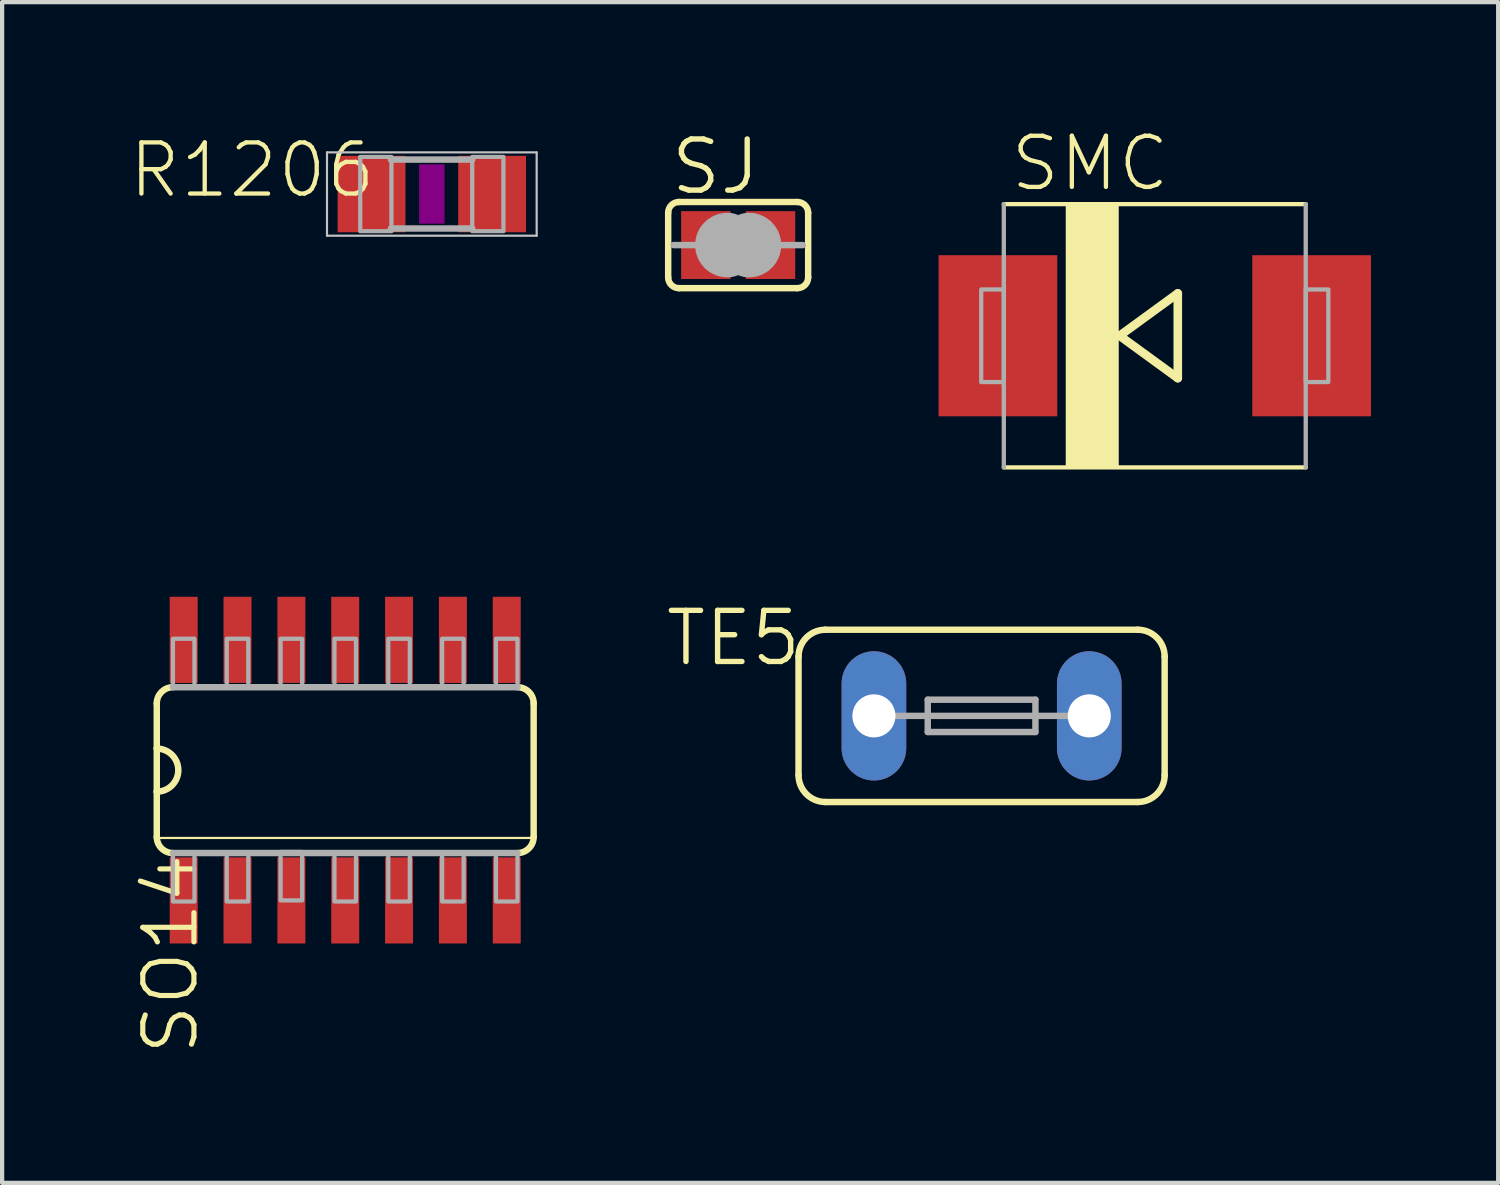
<source format=kicad_pcb>
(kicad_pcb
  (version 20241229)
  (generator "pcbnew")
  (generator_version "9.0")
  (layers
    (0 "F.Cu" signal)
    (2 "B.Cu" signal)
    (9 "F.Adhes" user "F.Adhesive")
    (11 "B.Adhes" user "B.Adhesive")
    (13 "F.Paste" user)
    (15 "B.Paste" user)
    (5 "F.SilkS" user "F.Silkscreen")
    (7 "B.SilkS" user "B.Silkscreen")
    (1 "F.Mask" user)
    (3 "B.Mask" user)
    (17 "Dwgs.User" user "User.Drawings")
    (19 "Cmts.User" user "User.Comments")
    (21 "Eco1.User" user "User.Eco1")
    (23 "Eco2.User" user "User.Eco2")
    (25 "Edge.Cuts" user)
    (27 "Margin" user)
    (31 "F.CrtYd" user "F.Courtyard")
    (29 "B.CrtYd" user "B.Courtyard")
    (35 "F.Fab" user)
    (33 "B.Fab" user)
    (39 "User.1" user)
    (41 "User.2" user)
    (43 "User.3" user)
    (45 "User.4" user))
  (footprint "SJ"
    (layer "F.Cu")
    (at 14.362 2.731)
    (property "Reference" "SJ" (at -1.651 -1.143 0) (layer "F.SilkS") (effects (font (size 1.206 1.206) (thickness 0.127)) (justify left bottom)))
    (attr through_hole)
    (fp_poly (pts (xy -0.076 0.914) (xy 0.076 0.914) (xy 0.076 -0.914) (xy -0.076 -0.914)) (stroke (width 0) (type solid)) (fill yes) (layer "F.Mask"))
    (fp_line (start -1.651 0.762) (end -1.651 -0.762) (stroke (width 0.152) (type solid)) (layer "F.SilkS"))
    (fp_line (start -1.397 -1.016) (end 1.397 -1.016) (stroke (width 0.152) (type solid)) (layer "F.SilkS"))
    (fp_line (start 1.397 1.016) (end -1.397 1.016) (stroke (width 0.152) (type solid)) (layer "F.SilkS"))
    (fp_line (start 1.651 0.762) (end 1.651 -0.762) (stroke (width 0.152) (type solid)) (layer "F.SilkS"))
    (fp_arc (start -1.651 -0.762) (mid -1.576605 -0.941605) (end -1.397 -1.016) (stroke (width 0.1524) (type solid)) (layer "F.SilkS"))
    (fp_arc (start -1.397 1.016) (mid -1.576605 0.941605) (end -1.651 0.762) (stroke (width 0.1524) (type solid)) (layer "F.SilkS"))
    (fp_arc (start 1.397 -1.016) (mid 1.576605 -0.941605) (end 1.651 -0.762) (stroke (width 0.1524) (type solid)) (layer "F.SilkS"))
    (fp_arc (start 1.651 0.762) (mid 1.576605 0.941605) (end 1.397 1.016) (stroke (width 0.1524) (type solid)) (layer "F.SilkS"))
    (fp_line (start -1.016 0) (end -1.524 0) (stroke (width 0.152) (type solid)) (layer "F.Fab"))
    (fp_line (start 1.016 0) (end 1.524 0) (stroke (width 0.152) (type solid)) (layer "F.Fab"))
    (fp_arc (start -0.254 0.127) (mid -0.381 0) (end -0.254 -0.127) (stroke (width 1.27) (type solid)) (layer "F.Fab"))
    (fp_arc (start 0.254 -0.127) (mid 0.381 0) (end 0.254 0.127) (stroke (width 1.27) (type solid)) (layer "F.Fab"))
    (pad "1" smd rect (at -0.762 0) (size 1.168 1.6) (layers "F.Cu" "F.Mask" "F.Paste"))
    (pad "2" smd rect (at 0.762 0) (size 1.168 1.6) (layers "F.Cu" "F.Mask" "F.Paste")))
  (footprint "SO14"
    (layer "F.Cu")
    (at 5.093 15.116)
    (property "Reference" "SO14" (at -4.826 1.905 270) (layer "F.SilkS") (effects (font (size 1.206 1.206) (thickness 0.121)) (justify right top)))
    (attr through_hole)
    (fp_line (start -4.445 -1.575) (end -4.445 -0.508) (stroke (width 0.152) (type solid)) (layer "F.SilkS"))
    (fp_line (start -4.445 -0.508) (end -4.445 0.508) (stroke (width 0.152) (type solid)) (layer "F.SilkS"))
    (fp_line (start -4.445 0.508) (end -4.445 1.575) (stroke (width 0.152) (type solid)) (layer "F.SilkS"))
    (fp_line (start -4.445 1.6) (end 4.445 1.6) (stroke (width 0.051) (type solid)) (layer "F.SilkS"))
    (fp_line (start 4.445 1.575) (end 4.445 -1.575) (stroke (width 0.152) (type solid)) (layer "F.SilkS"))
    (fp_arc (start -4.445 -1.5748) (mid -4.333408 -1.844208) (end -4.064 -1.9558) (stroke (width 0.1524) (type solid)) (layer "F.SilkS"))
    (fp_arc (start -4.445 -0.508) (mid -3.937 0) (end -4.445 0.508) (stroke (width 0.1524) (type solid)) (layer "F.SilkS"))
    (fp_arc (start -4.064 1.9558) (mid -4.333408 1.844208) (end -4.445 1.5748) (stroke (width 0.1524) (type solid)) (layer "F.SilkS"))
    (fp_arc (start 4.064 -1.9558) (mid 4.333408 -1.844208) (end 4.445 -1.5748) (stroke (width 0.1524) (type solid)) (layer "F.SilkS"))
    (fp_arc (start 4.445 1.5748) (mid 4.333408 1.844208) (end 4.064 1.9558) (stroke (width 0.1524) (type solid)) (layer "F.SilkS"))
    (fp_line (start -4.064 1.956) (end 4.064 1.956) (stroke (width 0.152) (type solid)) (layer "F.Fab"))
    (fp_line (start 4.064 -1.956) (end -4.064 -1.956) (stroke (width 0.152) (type solid)) (layer "F.Fab"))
    (fp_poly (pts (xy -4.064 -1.956) (xy -3.556 -1.956) (xy -3.556 -3.099) (xy -4.064 -3.099)) (stroke (width 0.1) (type solid)) (fill no) (layer "F.Fab"))
    (fp_poly (pts (xy -4.064 3.099) (xy -3.556 3.099) (xy -3.556 1.956) (xy -4.064 1.956)) (stroke (width 0.1) (type solid)) (fill no) (layer "F.Fab"))
    (fp_poly (pts (xy -2.794 -1.956) (xy -2.286 -1.956) (xy -2.286 -3.099) (xy -2.794 -3.099)) (stroke (width 0.1) (type solid)) (fill no) (layer "F.Fab"))
    (fp_poly (pts (xy -2.794 3.099) (xy -2.286 3.099) (xy -2.286 1.956) (xy -2.794 1.956)) (stroke (width 0.1) (type solid)) (fill no) (layer "F.Fab"))
    (fp_poly (pts (xy -1.524 -1.956) (xy -1.016 -1.956) (xy -1.016 -3.099) (xy -1.524 -3.099)) (stroke (width 0.1) (type solid)) (fill no) (layer "F.Fab"))
    (fp_poly (pts (xy -1.524 3.073) (xy -1.016 3.073) (xy -1.016 1.93) (xy -1.524 1.93)) (stroke (width 0.1) (type solid)) (fill no) (layer "F.Fab"))
    (fp_poly (pts (xy -0.254 -1.956) (xy 0.254 -1.956) (xy 0.254 -3.099) (xy -0.254 -3.099)) (stroke (width 0.1) (type solid)) (fill no) (layer "F.Fab"))
    (fp_poly (pts (xy -0.254 3.099) (xy 0.254 3.099) (xy 0.254 1.956) (xy -0.254 1.956)) (stroke (width 0.1) (type solid)) (fill no) (layer "F.Fab"))
    (fp_poly (pts (xy 1.016 -1.956) (xy 1.524 -1.956) (xy 1.524 -3.099) (xy 1.016 -3.099)) (stroke (width 0.1) (type solid)) (fill no) (layer "F.Fab"))
    (fp_poly (pts (xy 1.016 3.099) (xy 1.524 3.099) (xy 1.524 1.956) (xy 1.016 1.956)) (stroke (width 0.1) (type solid)) (fill no) (layer "F.Fab"))
    (fp_poly (pts (xy 2.286 -1.956) (xy 2.794 -1.956) (xy 2.794 -3.099) (xy 2.286 -3.099)) (stroke (width 0.1) (type solid)) (fill no) (layer "F.Fab"))
    (fp_poly (pts (xy 2.286 3.099) (xy 2.794 3.099) (xy 2.794 1.956) (xy 2.286 1.956)) (stroke (width 0.1) (type solid)) (fill no) (layer "F.Fab"))
    (fp_poly (pts (xy 3.556 -1.956) (xy 4.064 -1.956) (xy 4.064 -3.099) (xy 3.556 -3.099)) (stroke (width 0.1) (type solid)) (fill no) (layer "F.Fab"))
    (fp_poly (pts (xy 3.556 3.099) (xy 4.064 3.099) (xy 4.064 1.956) (xy 3.556 1.956)) (stroke (width 0.1) (type solid)) (fill no) (layer "F.Fab"))
    (pad "1" smd rect (at -3.81 3.073) (size 0.66 2.032) (layers "F.Cu" "F.Mask" "F.Paste"))
    (pad "2" smd rect (at -2.54 3.073) (size 0.66 2.032) (layers "F.Cu" "F.Mask" "F.Paste"))
    (pad "3" smd rect (at -1.27 3.073) (size 0.66 2.032) (layers "F.Cu" "F.Mask" "F.Paste"))
    (pad "4" smd rect (at 0 3.073) (size 0.66 2.032) (layers "F.Cu" "F.Mask" "F.Paste"))
    (pad "5" smd rect (at 1.27 3.073) (size 0.66 2.032) (layers "F.Cu" "F.Mask" "F.Paste"))
    (pad "6" smd rect (at 2.54 3.073) (size 0.66 2.032) (layers "F.Cu" "F.Mask" "F.Paste"))
    (pad "7" smd rect (at 3.81 3.073) (size 0.66 2.032) (layers "F.Cu" "F.Mask" "F.Paste"))
    (pad "8" smd rect (at 3.81 -3.073) (size 0.66 2.032) (layers "F.Cu" "F.Mask" "F.Paste"))
    (pad "9" smd rect (at 2.54 -3.073) (size 0.66 2.032) (layers "F.Cu" "F.Mask" "F.Paste"))
    (pad "10" smd rect (at 1.27 -3.073) (size 0.66 2.032) (layers "F.Cu" "F.Mask" "F.Paste"))
    (pad "11" smd rect (at 0 -3.073) (size 0.66 2.032) (layers "F.Cu" "F.Mask" "F.Paste"))
    (pad "12" smd rect (at -1.27 -3.073) (size 0.66 2.032) (layers "F.Cu" "F.Mask" "F.Paste"))
    (pad "13" smd rect (at -2.54 -3.073) (size 0.66 2.032) (layers "F.Cu" "F.Mask" "F.Paste"))
    (pad "14" smd rect (at -3.81 -3.073) (size 0.66 2.032) (layers "F.Cu" "F.Mask" "F.Paste")))
  (footprint "SMC"
    (layer "F.Cu")
    (at 24.189 4.87)
    (property "Reference" "SMC" (at -3.459 -3.359 0) (layer "F.SilkS") (effects (font (size 1.206 1.206) (thickness 0.102)) (justify left bottom)))
    (attr through_hole)
    (fp_line (start -3.561 -3.105) (end 3.561 -3.105) (stroke (width 0.102) (type solid)) (layer "F.SilkS"))
    (fp_line (start -3.561 3.105) (end 3.561 3.105) (stroke (width 0.102) (type solid)) (layer "F.SilkS"))
    (fp_line (start -0.83 0) (end 0.543 1) (stroke (width 0.203) (type solid)) (layer "F.SilkS"))
    (fp_line (start 0.543 -1) (end -0.83 0) (stroke (width 0.203) (type solid)) (layer "F.SilkS"))
    (fp_line (start 0.543 1) (end 0.543 -1) (stroke (width 0.203) (type solid)) (layer "F.SilkS"))
    (fp_poly (pts (xy -2.1 3.1) (xy -0.85 3.1) (xy -0.85 -3.1) (xy -2.1 -3.1)) (stroke (width 0) (type solid)) (fill yes) (layer "F.SilkS"))
    (fp_line (start -3.561 3.105) (end -3.561 -3.105) (stroke (width 0.102) (type solid)) (layer "F.Fab"))
    (fp_line (start 3.561 3.105) (end 3.561 -3.105) (stroke (width 0.102) (type solid)) (layer "F.Fab"))
    (fp_poly (pts (xy -4.094 1.092) (xy -3.561 1.092) (xy -3.561 -1.092) (xy -4.094 -1.092)) (stroke (width 0.1) (type solid)) (fill no) (layer "F.Fab"))
    (fp_poly (pts (xy 3.561 1.092) (xy 4.094 1.092) (xy 4.094 -1.092) (xy 3.561 -1.092)) (stroke (width 0.1) (type solid)) (fill no) (layer "F.Fab"))
    (pad "A" smd rect (at 3.7 0) (size 2.8 3.8) (layers "F.Cu" "F.Mask" "F.Paste"))
    (pad "C" smd rect (at -3.7 0) (size 2.8 3.8) (layers "F.Cu" "F.Mask" "F.Paste")))
  (footprint "TE5"
    (layer "F.Cu")
    (at 20.104 13.836)
    (property "Reference" "TE5" (at -4.191 -2.54 0) (layer "F.SilkS") (effects (font (size 1.206 1.206) (thickness 0.127)) (justify right top)))
    (attr through_hole)
    (fp_line (start -4.318 -1.397) (end -4.318 1.397) (stroke (width 0.152) (type solid)) (layer "F.SilkS"))
    (fp_line (start -3.683 2.032) (end 3.683 2.032) (stroke (width 0.152) (type solid)) (layer "F.SilkS"))
    (fp_line (start 3.683 -2.032) (end -3.683 -2.032) (stroke (width 0.152) (type solid)) (layer "F.SilkS"))
    (fp_line (start 4.318 1.397) (end 4.318 -1.397) (stroke (width 0.152) (type solid)) (layer "F.SilkS"))
    (fp_arc (start -4.318 -1.397) (mid -4.132013 -1.846013) (end -3.683 -2.032) (stroke (width 0.1524) (type solid)) (layer "F.SilkS"))
    (fp_arc (start -3.683 2.032) (mid -4.132013 1.846013) (end -4.318 1.397) (stroke (width 0.1524) (type solid)) (layer "F.SilkS"))
    (fp_arc (start 3.683 -2.032) (mid 4.132013 -1.846013) (end 4.318 -1.397) (stroke (width 0.1524) (type solid)) (layer "F.SilkS"))
    (fp_arc (start 4.318 1.397) (mid 4.132013 1.846013) (end 3.683 2.032) (stroke (width 0.1524) (type solid)) (layer "F.SilkS"))
    (fp_line (start -2.159 0) (end 2.159 0) (stroke (width 0.152) (type solid)) (layer "F.Fab"))
    (fp_line (start -1.27 -0.381) (end -1.27 0.381) (stroke (width 0.152) (type solid)) (layer "F.Fab"))
    (fp_line (start -1.27 0.381) (end 1.27 0.381) (stroke (width 0.152) (type solid)) (layer "F.Fab"))
    (fp_line (start 1.27 -0.381) (end -1.27 -0.381) (stroke (width 0.152) (type solid)) (layer "F.Fab"))
    (fp_line (start 1.27 -0.381) (end 1.27 0.381) (stroke (width 0.152) (type solid)) (layer "F.Fab"))
    (pad "1" thru_hole oval (at -2.54 0 90) (size 3.048 1.524) (drill 1.016) (layers "*.Cu" "*.Mask"))
    (pad "2" thru_hole oval (at 2.54 0 90) (size 3.048 1.524) (drill 1.016) (layers "*.Cu" "*.Mask")))
  (footprint "R1206"
    (layer "F.Cu")
    (at 7.136 1.527)
    (property "Reference" "R1206" (at -1.27 -1.27 0) (layer "F.SilkS") (effects (font (size 1.206 1.206) (thickness 0.102)) (justify right top)))
    (attr through_hole)
    (fp_poly (pts (xy -0.3 0.7) (xy 0.3 0.7) (xy 0.3 -0.7) (xy -0.3 -0.7)) (stroke (width 0) (type solid)) (fill yes) (layer "F.Adhes"))
    (fp_line (start -2.473 -0.983) (end 2.473 -0.983) (stroke (width 0.051) (type solid)) (layer "Dwgs.User"))
    (fp_line (start -2.473 0.983) (end -2.473 -0.983) (stroke (width 0.051) (type solid)) (layer "Dwgs.User"))
    (fp_line (start 2.473 -0.983) (end 2.473 0.983) (stroke (width 0.051) (type solid)) (layer "Dwgs.User"))
    (fp_line (start 2.473 0.983) (end -2.473 0.983) (stroke (width 0.051) (type solid)) (layer "Dwgs.User"))
    (fp_line (start 0.953 -0.813) (end -0.965 -0.813) (stroke (width 0.152) (type solid)) (layer "F.Fab"))
    (fp_line (start 0.953 0.813) (end -0.965 0.813) (stroke (width 0.152) (type solid)) (layer "F.Fab"))
    (fp_poly (pts (xy -1.689 0.876) (xy -0.953 0.876) (xy -0.953 -0.876) (xy -1.689 -0.876)) (stroke (width 0.1) (type solid)) (fill no) (layer "F.Fab"))
    (fp_poly (pts (xy 0.953 0.876) (xy 1.689 0.876) (xy 1.689 -0.876) (xy 0.953 -0.876)) (stroke (width 0.1) (type solid)) (fill no) (layer "F.Fab"))
    (pad "1" smd rect (at -1.422 0) (size 1.6 1.803) (layers "F.Cu" "F.Mask" "F.Paste"))
    (pad "2" smd rect (at 1.422 0) (size 1.6 1.803) (layers "F.Cu" "F.Mask" "F.Paste")))
  (gr_rect
    (start -3 -3)
    (end 32.289 24.852)
    (stroke (width 0.1) (type default))
    (fill no)
    (layer "Edge.Cuts")))
</source>
